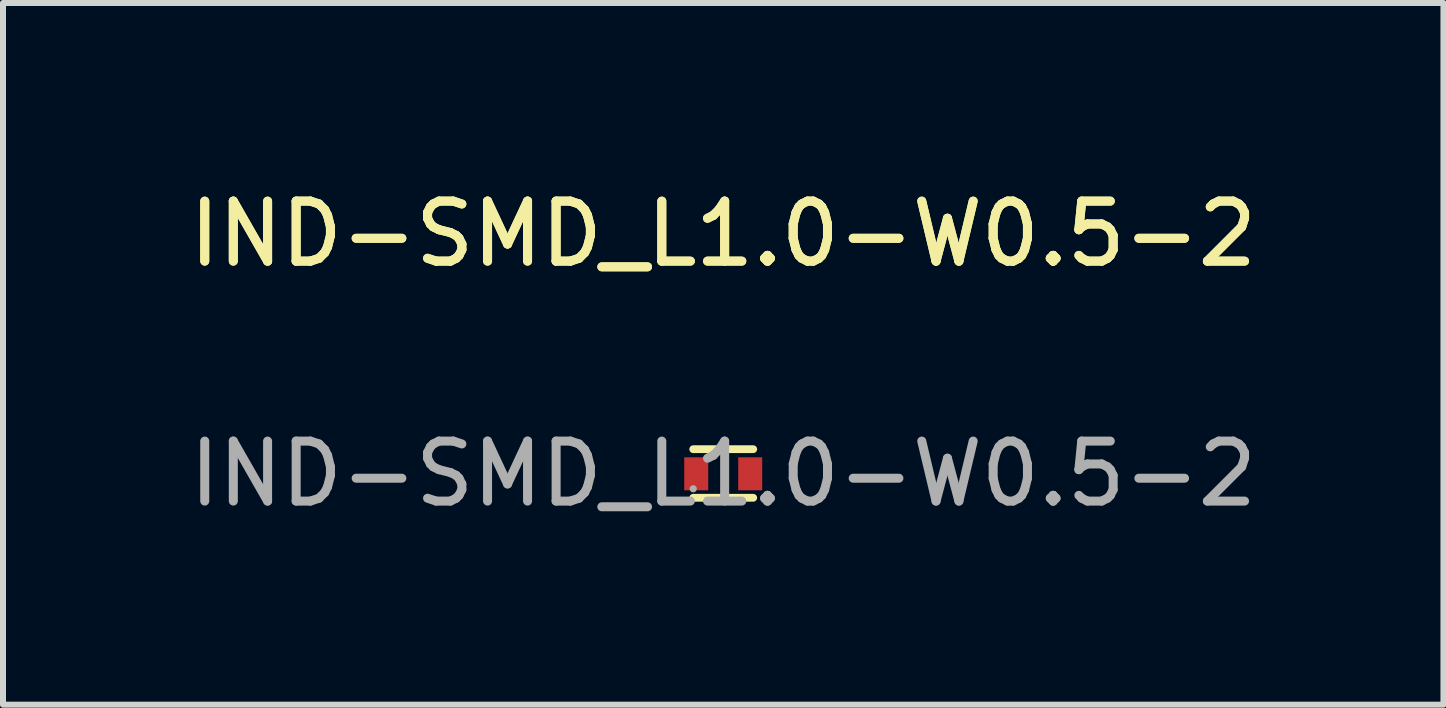
<source format=kicad_pcb>
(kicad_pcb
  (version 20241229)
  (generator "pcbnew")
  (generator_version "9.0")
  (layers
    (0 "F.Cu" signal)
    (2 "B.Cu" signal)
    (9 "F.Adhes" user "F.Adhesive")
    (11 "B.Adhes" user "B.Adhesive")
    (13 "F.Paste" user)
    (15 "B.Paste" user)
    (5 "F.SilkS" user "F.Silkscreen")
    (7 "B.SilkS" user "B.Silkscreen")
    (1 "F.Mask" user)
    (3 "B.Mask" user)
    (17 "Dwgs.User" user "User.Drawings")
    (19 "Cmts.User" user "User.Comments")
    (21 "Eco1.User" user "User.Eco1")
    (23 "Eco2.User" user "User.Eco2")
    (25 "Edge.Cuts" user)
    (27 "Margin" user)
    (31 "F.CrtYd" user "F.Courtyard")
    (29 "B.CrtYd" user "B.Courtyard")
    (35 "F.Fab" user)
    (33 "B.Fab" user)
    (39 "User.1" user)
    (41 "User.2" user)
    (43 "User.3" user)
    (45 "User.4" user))
  (footprint "IND-SMD_L1.0-W0.5-2"
    (layer "F.Cu")
    (at 9.006 4.848)
    (property "Reference" "IND-SMD_L1.0-W0.5-2" (at 0 -4 0) (layer "F.SilkS") (effects (font (size 1 1) (thickness 0.15))))
    (attr smd)
    (fp_line (start -0.5 -0.41) (end 0.5 -0.41) (stroke (width 0.13) (type solid)) (layer "F.SilkS"))
    (fp_line (start -0.5 0.4) (end 0.5 0.4) (stroke (width 0.13) (type solid)) (layer "F.SilkS"))
    (fp_circle (center -0.5 0.25) (end -0.47 0.25) (stroke (width 0.06) (type solid)) (fill no) (layer "F.Fab"))
    (fp_text user "${REFERENCE}" (at 0 -4 0) (layer "F.SilkS") (effects (font (size 1 1) (thickness 0.15))))
    (fp_text user "${REFERENCE}" (at 0 0 0) (layer "F.Fab") (effects (font (size 1 1) (thickness 0.15))))
    (pad "1" smd rect (at -0.45 0 90) (size 0.55 0.4) (layers "F.Cu" "F.Mask" "F.Paste"))
    (pad "2" smd rect (at 0.45 0 90) (size 0.55 0.4) (layers "F.Cu" "F.Mask" "F.Paste")))
  (gr_rect
    (start -3 -3)
    (end 21.012 8.697)
    (stroke (width 0.1) (type default))
    (fill no)
    (layer "Edge.Cuts")))
</source>
